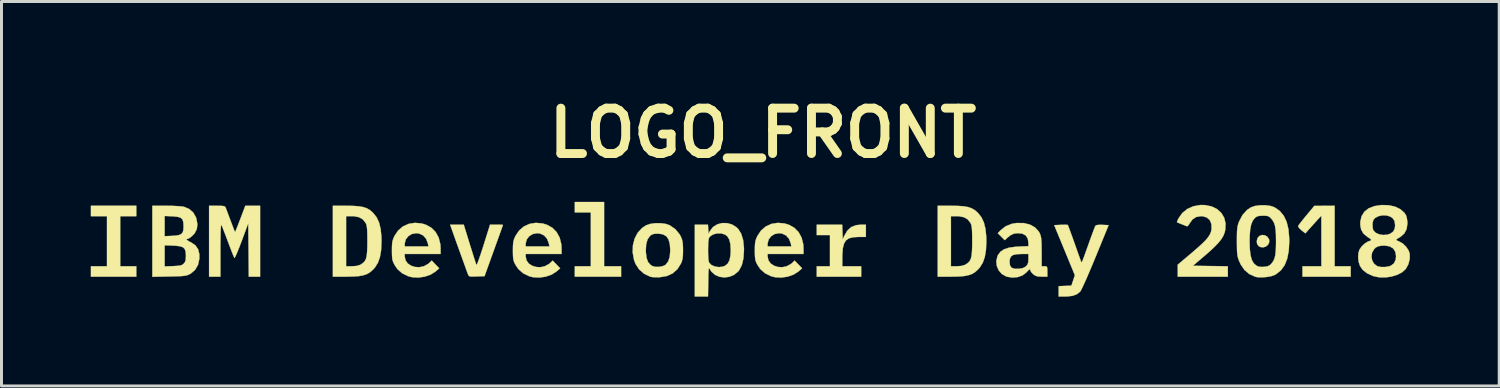
<source format=kicad_pcb>
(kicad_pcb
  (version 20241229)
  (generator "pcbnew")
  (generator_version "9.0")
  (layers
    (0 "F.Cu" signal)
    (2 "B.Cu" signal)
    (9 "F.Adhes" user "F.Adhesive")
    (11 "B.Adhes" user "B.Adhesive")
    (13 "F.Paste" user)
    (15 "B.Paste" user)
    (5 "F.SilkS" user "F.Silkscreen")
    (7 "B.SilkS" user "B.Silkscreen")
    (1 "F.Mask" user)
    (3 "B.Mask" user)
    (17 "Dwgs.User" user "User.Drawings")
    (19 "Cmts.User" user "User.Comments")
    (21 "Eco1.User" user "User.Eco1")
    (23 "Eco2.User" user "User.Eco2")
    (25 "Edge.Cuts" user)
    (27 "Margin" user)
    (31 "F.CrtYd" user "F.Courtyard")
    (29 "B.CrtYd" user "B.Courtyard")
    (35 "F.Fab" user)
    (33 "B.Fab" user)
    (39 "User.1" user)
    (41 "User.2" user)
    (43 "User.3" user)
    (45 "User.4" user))
  (footprint "LOGO_FRONT"
    (layer "F.Cu")
    (at 22.579 5.228)
    (property "Reference" "LOGO_FRONT" (at 0 -3.81 0) (layer "F.SilkS") (effects (font (size 1.524 1.524) (thickness 0.3))))
    (attr through_hole)
    (fp_poly (pts (xy -5.334 0.667) (xy -4.763 0.667) (xy -4.763 1.016) (xy -6.318 1.016) (xy -6.318 0.667) (xy -5.779 0.667) (xy -5.779 -1.143) (xy -6.318 -1.143) (xy -6.318 -1.492) (xy -5.334 -1.492) (xy -5.334 0.667)) (stroke (width 0.01) (type solid)) (fill yes) (layer "F.SilkS"))
    (fp_poly (pts (xy -21.05 -1.016) (xy -21.59 -1.016) (xy -21.59 0.667) (xy -21.05 0.667) (xy -21.05 1.016) (xy -22.574 1.016) (xy -22.574 0.667) (xy -22.035 0.667) (xy -22.035 -1.016) (xy -22.574 -1.016) (xy -22.574 -1.365) (xy -21.05 -1.365) (xy -21.05 -1.016)) (stroke (width 0.01) (type solid)) (fill yes) (layer "F.SilkS"))
    (fp_poly (pts (xy 16.877 -0.37) (xy 16.954 -0.318) (xy 17.009 -0.229) (xy 17.011 -0.14) (xy 16.973 -0.059) (xy 16.904 0.002) (xy 16.815 0.032) (xy 16.716 0.022) (xy 16.653 -0.012) (xy 16.604 -0.086) (xy 16.593 -0.175) (xy 16.618 -0.281) (xy 16.685 -0.353) (xy 16.777 -0.385) (xy 16.877 -0.37)) (stroke (width 0.01) (type solid)) (fill yes) (layer "F.SilkS"))
    (fp_poly (pts (xy 19.209 0.667) (xy 19.748 0.667) (xy 19.748 1.016) (xy 18.129 1.016) (xy 18.129 0.667) (xy 18.764 0.667) (xy 18.763 -0.183) (xy 18.763 -1.032) (xy 18.644 -0.905) (xy 18.559 -0.811) (xy 18.456 -0.697) (xy 18.376 -0.608) (xy 18.225 -0.439) (xy 18.096 -0.541) (xy 18.024 -0.608) (xy 17.985 -0.664) (xy 17.983 -0.685) (xy 18.009 -0.725) (xy 18.067 -0.802) (xy 18.15 -0.906) (xy 18.248 -1.027) (xy 18.263 -1.044) (xy 18.526 -1.361) (xy 18.867 -1.363) (xy 19.209 -1.365) (xy 19.209 0.667)) (stroke (width 0.01) (type solid)) (fill yes) (layer "F.SilkS"))
    (fp_poly (pts (xy 2.674 -0.484) (xy 2.683 -0.238) (xy 2.74 -0.365) (xy 2.842 -0.536) (xy 2.972 -0.651) (xy 3.136 -0.714) (xy 3.301 -0.73) (xy 3.461 -0.73) (xy 3.461 -0.318) (xy 3.211 -0.318) (xy 3.03 -0.307) (xy 2.892 -0.271) (xy 2.792 -0.202) (xy 2.726 -0.094) (xy 2.687 0.059) (xy 2.67 0.265) (xy 2.669 0.357) (xy 2.667 0.667) (xy 3.302 0.667) (xy 3.302 1.016) (xy 1.81 1.016) (xy 1.81 0.667) (xy 2.254 0.667) (xy 2.254 -0.381) (xy 1.81 -0.381) (xy 1.81 -0.73) (xy 2.664 -0.73) (xy 2.674 -0.484)) (stroke (width 0.01) (type solid)) (fill yes) (layer "F.SilkS"))
    (fp_poly (pts (xy -8.841 -0.729) (xy -8.763 -0.726) (xy -8.732 -0.722) (xy -8.732 -0.722) (xy -8.742 -0.692) (xy -8.772 -0.609) (xy -8.817 -0.481) (xy -8.876 -0.317) (xy -8.946 -0.123) (xy -9.024 0.093) (xy -9.042 0.143) (xy -9.351 1) (xy -9.613 1.009) (xy -9.741 1.013) (xy -9.821 1.011) (xy -9.866 0.998) (xy -9.891 0.972) (xy -9.909 0.93) (xy -9.931 0.872) (xy -9.97 0.766) (xy -10.022 0.621) (xy -10.084 0.449) (xy -10.152 0.261) (xy -10.222 0.067) (xy -10.29 -0.122) (xy -10.352 -0.294) (xy -10.403 -0.439) (xy -10.442 -0.547) (xy -10.447 -0.564) (xy -10.506 -0.73) (xy -10.277 -0.73) (xy -10.049 -0.73) (xy -9.846 -0.071) (xy -9.785 0.124) (xy -9.73 0.3) (xy -9.683 0.448) (xy -9.647 0.556) (xy -9.626 0.617) (xy -9.623 0.626) (xy -9.608 0.608) (xy -9.578 0.538) (xy -9.535 0.422) (xy -9.483 0.269) (xy -9.423 0.087) (xy -9.385 -0.033) (xy -9.166 -0.73) (xy -8.949 -0.73) (xy -8.841 -0.729)) (stroke (width 0.01) (type solid)) (fill yes) (layer "F.SilkS"))
    (fp_poly (pts (xy 14.845 -1.389) (xy 15.07 -1.345) (xy 15.257 -1.255) (xy 15.402 -1.125) (xy 15.499 -0.962) (xy 15.545 -0.772) (xy 15.535 -0.561) (xy 15.513 -0.466) (xy 15.472 -0.359) (xy 15.406 -0.249) (xy 15.311 -0.128) (xy 15.18 0.009) (xy 15.008 0.17) (xy 14.79 0.359) (xy 14.782 0.365) (xy 14.445 0.651) (xy 15.621 0.668) (xy 15.621 1.016) (xy 13.938 1.016) (xy 13.938 0.614) (xy 14.405 0.22) (xy 14.609 0.044) (xy 14.767 -0.1) (xy 14.886 -0.22) (xy 14.97 -0.323) (xy 15.026 -0.416) (xy 15.059 -0.504) (xy 15.073 -0.583) (xy 15.069 -0.751) (xy 15.016 -0.882) (xy 14.917 -0.97) (xy 14.777 -1.013) (xy 14.716 -1.016) (xy 14.558 -0.988) (xy 14.431 -0.905) (xy 14.349 -0.79) (xy 14.303 -0.717) (xy 14.26 -0.678) (xy 14.246 -0.677) (xy 14.195 -0.696) (xy 14.111 -0.73) (xy 14.065 -0.748) (xy 13.98 -0.782) (xy 13.924 -0.806) (xy 13.912 -0.812) (xy 13.919 -0.842) (xy 13.948 -0.908) (xy 13.965 -0.944) (xy 14.09 -1.121) (xy 14.258 -1.257) (xy 14.461 -1.348) (xy 14.689 -1.39) (xy 14.845 -1.389)) (stroke (width 0.01) (type solid)) (fill yes) (layer "F.SilkS"))
    (fp_poly (pts (xy -18.205 -1.363) (xy -18.121 -1.356) (xy -18.074 -1.34) (xy -18.052 -1.313) (xy -18.05 -1.31) (xy -18.031 -1.26) (xy -17.995 -1.164) (xy -17.947 -1.035) (xy -17.891 -0.887) (xy -17.886 -0.874) (xy -17.832 -0.73) (xy -17.786 -0.609) (xy -17.752 -0.524) (xy -17.735 -0.484) (xy -17.734 -0.483) (xy -17.72 -0.508) (xy -17.688 -0.582) (xy -17.642 -0.696) (xy -17.587 -0.839) (xy -17.556 -0.919) (xy -17.388 -1.365) (xy -16.891 -1.365) (xy -16.891 1.016) (xy -17.271 1.016) (xy -17.279 0.119) (xy -17.288 -0.778) (xy -17.509 -0.183) (xy -17.577 -0.004) (xy -17.639 0.151) (xy -17.691 0.274) (xy -17.73 0.356) (xy -17.751 0.389) (xy -17.753 0.388) (xy -17.771 0.352) (xy -17.807 0.267) (xy -17.856 0.142) (xy -17.916 -0.012) (xy -17.97 -0.157) (xy -18.035 -0.33) (xy -18.095 -0.485) (xy -18.144 -0.611) (xy -18.179 -0.696) (xy -18.194 -0.728) (xy -18.202 -0.713) (xy -18.21 -0.638) (xy -18.216 -0.507) (xy -18.22 -0.325) (xy -18.223 -0.094) (xy -18.224 0.119) (xy -18.224 1.016) (xy -18.605 1.016) (xy -18.605 -1.365) (xy -18.339 -1.365) (xy -18.205 -1.363)) (stroke (width 0.01) (type solid)) (fill yes) (layer "F.SilkS"))
    (fp_poly (pts (xy -13.764 -1.361) (xy -13.572 -1.347) (xy -13.42 -1.32) (xy -13.299 -1.277) (xy -13.195 -1.215) (xy -13.099 -1.131) (xy -13.096 -1.128) (xy -12.979 -0.982) (xy -12.895 -0.805) (xy -12.842 -0.59) (xy -12.815 -0.328) (xy -12.812 -0.159) (xy -12.825 0.123) (xy -12.864 0.355) (xy -12.931 0.546) (xy -13.03 0.705) (xy -13.098 0.781) (xy -13.194 0.865) (xy -13.297 0.927) (xy -13.419 0.97) (xy -13.57 0.998) (xy -13.763 1.012) (xy -14.007 1.016) (xy -14.008 1.016) (xy -14.446 1.016) (xy -14.446 0.667) (xy -14.002 0.667) (xy -13.803 0.667) (xy -13.648 0.656) (xy -13.533 0.621) (xy -13.503 0.605) (xy -13.429 0.552) (xy -13.373 0.493) (xy -13.334 0.417) (xy -13.309 0.314) (xy -13.295 0.174) (xy -13.288 -0.012) (xy -13.287 -0.175) (xy -13.288 -0.374) (xy -13.292 -0.521) (xy -13.3 -0.626) (xy -13.312 -0.701) (xy -13.33 -0.757) (xy -13.344 -0.787) (xy -13.438 -0.907) (xy -13.567 -0.981) (xy -13.737 -1.014) (xy -13.803 -1.016) (xy -14.002 -1.016) (xy -14.002 0.667) (xy -14.446 0.667) (xy -14.446 -1.365) (xy -14.008 -1.365) (xy -13.764 -1.361)) (stroke (width 0.01) (type solid)) (fill yes) (layer "F.SilkS"))
    (fp_poly (pts (xy 6.556 -1.361) (xy 6.748 -1.347) (xy 6.9 -1.32) (xy 7.021 -1.277) (xy 7.125 -1.215) (xy 7.221 -1.131) (xy 7.224 -1.128) (xy 7.341 -0.982) (xy 7.425 -0.805) (xy 7.478 -0.59) (xy 7.505 -0.328) (xy 7.508 -0.159) (xy 7.495 0.123) (xy 7.456 0.355) (xy 7.389 0.546) (xy 7.29 0.705) (xy 7.222 0.781) (xy 7.126 0.865) (xy 7.023 0.927) (xy 6.901 0.97) (xy 6.75 0.998) (xy 6.557 1.012) (xy 6.313 1.016) (xy 6.312 1.016) (xy 5.874 1.016) (xy 5.874 0.667) (xy 6.318 0.667) (xy 6.517 0.667) (xy 6.672 0.656) (xy 6.787 0.621) (xy 6.817 0.605) (xy 6.891 0.552) (xy 6.947 0.493) (xy 6.986 0.417) (xy 7.011 0.314) (xy 7.025 0.174) (xy 7.032 -0.012) (xy 7.033 -0.175) (xy 7.032 -0.374) (xy 7.028 -0.521) (xy 7.02 -0.626) (xy 7.008 -0.701) (xy 6.99 -0.757) (xy 6.976 -0.787) (xy 6.882 -0.907) (xy 6.753 -0.981) (xy 6.583 -1.014) (xy 6.517 -1.016) (xy 6.318 -1.016) (xy 6.318 0.667) (xy 5.874 0.667) (xy 5.874 -1.365) (xy 6.312 -1.365) (xy 6.556 -1.361)) (stroke (width 0.01) (type solid)) (fill yes) (layer "F.SilkS"))
    (fp_poly (pts (xy 10.205 -0.726) (xy 10.243 -0.721) (xy 10.244 -0.721) (xy 10.258 -0.688) (xy 10.29 -0.605) (xy 10.335 -0.481) (xy 10.392 -0.325) (xy 10.456 -0.146) (xy 10.464 -0.124) (xy 10.529 0.06) (xy 10.587 0.225) (xy 10.636 0.361) (xy 10.671 0.458) (xy 10.688 0.506) (xy 10.689 0.508) (xy 10.696 0.526) (xy 10.705 0.532) (xy 10.718 0.52) (xy 10.737 0.481) (xy 10.765 0.411) (xy 10.806 0.302) (xy 10.861 0.148) (xy 10.935 -0.057) (xy 10.954 -0.111) (xy 11.017 -0.287) (xy 11.075 -0.444) (xy 11.122 -0.571) (xy 11.156 -0.657) (xy 11.172 -0.692) (xy 11.215 -0.716) (xy 11.309 -0.726) (xy 11.407 -0.724) (xy 11.616 -0.714) (xy 11.175 0.362) (xy 11.072 0.611) (xy 10.973 0.844) (xy 10.883 1.054) (xy 10.803 1.233) (xy 10.737 1.375) (xy 10.689 1.472) (xy 10.662 1.517) (xy 10.551 1.606) (xy 10.409 1.659) (xy 10.225 1.682) (xy 10.161 1.683) (xy 9.938 1.683) (xy 9.938 1.336) (xy 10.152 1.327) (xy 10.366 1.318) (xy 10.482 0.968) (xy 10.135 0.127) (xy 9.788 -0.714) (xy 10.01 -0.724) (xy 10.121 -0.727) (xy 10.205 -0.726)) (stroke (width 0.01) (type solid)) (fill yes) (layer "F.SilkS"))
    (fp_poly (pts (xy -11.465 -0.771) (xy -11.321 -0.728) (xy -11.137 -0.627) (xy -10.992 -0.48) (xy -10.89 -0.292) (xy -10.835 -0.07) (xy -10.827 0.069) (xy -10.827 0.254) (xy -12.033 0.254) (xy -12.033 0.335) (xy -12.006 0.467) (xy -11.931 0.573) (xy -11.82 0.648) (xy -11.685 0.691) (xy -11.538 0.699) (xy -11.39 0.667) (xy -11.253 0.593) (xy -11.206 0.554) (xy -11.125 0.476) (xy -11 0.606) (xy -10.874 0.736) (xy -10.999 0.845) (xy -11.16 0.947) (xy -11.357 1.016) (xy -11.57 1.047) (xy -11.78 1.036) (xy -11.916 1.002) (xy -12.12 0.902) (xy -12.277 0.763) (xy -12.367 0.632) (xy -12.411 0.547) (xy -12.439 0.473) (xy -12.454 0.39) (xy -12.46 0.281) (xy -12.462 0.143) (xy -12.46 -0.011) (xy -12.455 -0.081) (xy -12.033 -0.081) (xy -12.033 0) (xy -11.234 0) (xy -11.255 -0.103) (xy -11.314 -0.257) (xy -11.414 -0.369) (xy -11.548 -0.432) (xy -11.646 -0.444) (xy -11.792 -0.417) (xy -11.913 -0.343) (xy -11.997 -0.233) (xy -12.033 -0.098) (xy -12.033 -0.081) (xy -12.455 -0.081) (xy -12.452 -0.122) (xy -12.434 -0.209) (xy -12.403 -0.292) (xy -12.374 -0.354) (xy -12.252 -0.535) (xy -12.092 -0.671) (xy -11.902 -0.757) (xy -11.69 -0.791) (xy -11.465 -0.771)) (stroke (width 0.01) (type solid)) (fill yes) (layer "F.SilkS"))
    (fp_poly (pts (xy -7.401 -0.771) (xy -7.257 -0.728) (xy -7.073 -0.627) (xy -6.928 -0.48) (xy -6.826 -0.292) (xy -6.771 -0.07) (xy -6.763 0.069) (xy -6.763 0.254) (xy -7.969 0.254) (xy -7.969 0.335) (xy -7.942 0.467) (xy -7.867 0.573) (xy -7.756 0.648) (xy -7.621 0.691) (xy -7.474 0.699) (xy -7.326 0.667) (xy -7.189 0.593) (xy -7.142 0.554) (xy -7.061 0.476) (xy -6.936 0.606) (xy -6.81 0.736) (xy -6.935 0.845) (xy -7.096 0.947) (xy -7.293 1.016) (xy -7.506 1.047) (xy -7.716 1.036) (xy -7.852 1.002) (xy -8.056 0.902) (xy -8.213 0.763) (xy -8.303 0.632) (xy -8.347 0.547) (xy -8.375 0.473) (xy -8.39 0.39) (xy -8.396 0.281) (xy -8.398 0.143) (xy -8.396 -0.011) (xy -8.391 -0.081) (xy -7.969 -0.081) (xy -7.969 0) (xy -7.17 0) (xy -7.191 -0.103) (xy -7.25 -0.257) (xy -7.35 -0.369) (xy -7.484 -0.432) (xy -7.582 -0.444) (xy -7.728 -0.417) (xy -7.849 -0.343) (xy -7.933 -0.233) (xy -7.969 -0.098) (xy -7.969 -0.081) (xy -8.391 -0.081) (xy -8.388 -0.122) (xy -8.37 -0.209) (xy -8.339 -0.292) (xy -8.31 -0.354) (xy -8.188 -0.535) (xy -8.028 -0.671) (xy -7.838 -0.757) (xy -7.626 -0.791) (xy -7.401 -0.771)) (stroke (width 0.01) (type solid)) (fill yes) (layer "F.SilkS"))
    (fp_poly (pts (xy 0.727 -0.771) (xy 0.871 -0.728) (xy 1.055 -0.627) (xy 1.2 -0.48) (xy 1.302 -0.292) (xy 1.357 -0.07) (xy 1.365 0.069) (xy 1.365 0.254) (xy 0.159 0.254) (xy 0.159 0.335) (xy 0.186 0.467) (xy 0.261 0.573) (xy 0.372 0.648) (xy 0.507 0.691) (xy 0.654 0.699) (xy 0.802 0.667) (xy 0.939 0.593) (xy 0.986 0.554) (xy 1.067 0.476) (xy 1.192 0.606) (xy 1.318 0.736) (xy 1.193 0.845) (xy 1.032 0.947) (xy 0.835 1.016) (xy 0.622 1.047) (xy 0.412 1.036) (xy 0.276 1.002) (xy 0.072 0.902) (xy -0.085 0.763) (xy -0.175 0.632) (xy -0.219 0.547) (xy -0.247 0.473) (xy -0.262 0.39) (xy -0.268 0.281) (xy -0.27 0.143) (xy -0.268 -0.011) (xy -0.263 -0.081) (xy 0.159 -0.081) (xy 0.159 0) (xy 0.958 0) (xy 0.937 -0.103) (xy 0.878 -0.257) (xy 0.778 -0.369) (xy 0.644 -0.432) (xy 0.546 -0.444) (xy 0.4 -0.417) (xy 0.279 -0.343) (xy 0.195 -0.233) (xy 0.159 -0.098) (xy 0.159 -0.081) (xy -0.263 -0.081) (xy -0.26 -0.122) (xy -0.242 -0.209) (xy -0.211 -0.292) (xy -0.182 -0.354) (xy -0.06 -0.535) (xy 0.1 -0.671) (xy 0.29 -0.757) (xy 0.502 -0.791) (xy 0.727 -0.771)) (stroke (width 0.01) (type solid)) (fill yes) (layer "F.SilkS"))
    (fp_poly (pts (xy -3.261 -0.756) (xy -3.127 -0.709) (xy -2.936 -0.575) (xy -2.794 -0.401) (xy -2.75 -0.318) (xy -2.715 -0.228) (xy -2.695 -0.13) (xy -2.685 -0.002) (xy -2.683 0.127) (xy -2.686 0.29) (xy -2.698 0.409) (xy -2.722 0.504) (xy -2.75 0.572) (xy -2.87 0.764) (xy -3.029 0.905) (xy -3.226 0.995) (xy -3.462 1.035) (xy -3.477 1.036) (xy -3.601 1.037) (xy -3.711 1.031) (xy -3.778 1.02) (xy -3.989 0.92) (xy -4.157 0.774) (xy -4.279 0.587) (xy -4.33 0.449) (xy -4.374 0.199) (xy -4.372 0.145) (xy -3.933 0.145) (xy -3.929 0.216) (xy -3.905 0.395) (xy -3.857 0.525) (xy -3.777 0.618) (xy -3.712 0.66) (xy -3.613 0.687) (xy -3.489 0.688) (xy -3.366 0.665) (xy -3.273 0.622) (xy -3.266 0.616) (xy -3.181 0.506) (xy -3.13 0.355) (xy -3.112 0.155) (xy -3.111 0.127) (xy -3.126 -0.082) (xy -3.17 -0.238) (xy -3.248 -0.345) (xy -3.362 -0.407) (xy -3.515 -0.429) (xy -3.525 -0.429) (xy -3.642 -0.423) (xy -3.72 -0.403) (xy -3.782 -0.36) (xy -3.792 -0.351) (xy -3.875 -0.234) (xy -3.921 -0.069) (xy -3.933 0.145) (xy -4.372 0.145) (xy -4.365 -0.042) (xy -4.307 -0.264) (xy -4.204 -0.46) (xy -4.057 -0.619) (xy -3.926 -0.707) (xy -3.788 -0.755) (xy -3.616 -0.779) (xy -3.432 -0.779) (xy -3.261 -0.756)) (stroke (width 0.01) (type solid)) (fill yes) (layer "F.SilkS"))
    (fp_poly (pts (xy -1.2 -0.782) (xy -1.035 -0.736) (xy -0.888 -0.644) (xy -0.828 -0.586) (xy -0.728 -0.426) (xy -0.664 -0.217) (xy -0.636 0.043) (xy -0.635 0.127) (xy -0.653 0.402) (xy -0.706 0.626) (xy -0.796 0.799) (xy -0.828 0.84) (xy -0.964 0.953) (xy -1.123 1.02) (xy -1.291 1.043) (xy -1.457 1.021) (xy -1.607 0.956) (xy -1.728 0.848) (xy -1.771 0.783) (xy -1.791 0.747) (xy -1.806 0.732) (xy -1.817 0.745) (xy -1.823 0.794) (xy -1.828 0.886) (xy -1.832 1.028) (xy -1.834 1.183) (xy -1.843 1.683) (xy -2.286 1.683) (xy -2.286 0.166) (xy -1.841 0.166) (xy -1.837 0.31) (xy -1.829 0.434) (xy -1.817 0.519) (xy -1.809 0.541) (xy -1.733 0.622) (xy -1.617 0.675) (xy -1.481 0.696) (xy -1.345 0.68) (xy -1.273 0.652) (xy -1.182 0.58) (xy -1.122 0.467) (xy -1.088 0.307) (xy -1.079 0.127) (xy -1.091 -0.078) (xy -1.128 -0.231) (xy -1.193 -0.338) (xy -1.273 -0.398) (xy -1.4 -0.437) (xy -1.538 -0.438) (xy -1.668 -0.403) (xy -1.769 -0.339) (xy -1.809 -0.288) (xy -1.824 -0.227) (xy -1.834 -0.12) (xy -1.839 0.017) (xy -1.841 0.166) (xy -2.286 0.166) (xy -2.286 -0.73) (xy -2.065 -0.73) (xy -1.845 -0.73) (xy -1.835 -0.579) (xy -1.826 -0.429) (xy -1.771 -0.529) (xy -1.668 -0.657) (xy -1.529 -0.742) (xy -1.369 -0.784) (xy -1.2 -0.782)) (stroke (width 0.01) (type solid)) (fill yes) (layer "F.SilkS"))
    (fp_poly (pts (xy -19.87 -1.363) (xy -19.704 -1.356) (xy -19.564 -1.347) (xy -19.466 -1.334) (xy -19.449 -1.331) (xy -19.272 -1.257) (xy -19.135 -1.136) (xy -19.045 -0.976) (xy -19.034 -0.943) (xy -18.998 -0.749) (xy -19.016 -0.584) (xy -19.089 -0.441) (xy -19.151 -0.373) (xy -19.229 -0.306) (xy -19.294 -0.263) (xy -19.321 -0.254) (xy -19.364 -0.244) (xy -19.35 -0.215) (xy -19.281 -0.17) (xy -19.21 -0.134) (xy -19.066 -0.037) (xy -18.973 0.096) (xy -18.931 0.265) (xy -18.932 0.418) (xy -18.977 0.62) (xy -19.072 0.785) (xy -19.214 0.908) (xy -19.248 0.928) (xy -19.303 0.954) (xy -19.359 0.974) (xy -19.429 0.987) (xy -19.524 0.997) (xy -19.654 1.003) (xy -19.832 1.008) (xy -19.947 1.01) (xy -20.511 1.021) (xy -20.511 0.673) (xy -20.098 0.673) (xy -19.813 0.662) (xy -19.671 0.654) (xy -19.577 0.643) (xy -19.515 0.623) (xy -19.469 0.591) (xy -19.456 0.579) (xy -19.413 0.522) (xy -19.391 0.451) (xy -19.384 0.342) (xy -19.383 0.318) (xy -19.391 0.184) (xy -19.421 0.091) (xy -19.481 0.03) (xy -19.583 -0.005) (xy -19.734 -0.023) (xy -19.813 -0.027) (xy -20.098 -0.038) (xy -20.098 0.673) (xy -20.511 0.673) (xy -20.511 -0.343) (xy -20.098 -0.343) (xy -19.847 -0.354) (xy -19.703 -0.365) (xy -19.607 -0.384) (xy -19.544 -0.414) (xy -19.529 -0.426) (xy -19.49 -0.474) (xy -19.47 -0.542) (xy -19.463 -0.648) (xy -19.463 -0.683) (xy -19.47 -0.815) (xy -19.499 -0.905) (xy -19.558 -0.962) (xy -19.66 -0.994) (xy -19.812 -1.01) (xy -19.847 -1.011) (xy -20.098 -1.023) (xy -20.098 -0.343) (xy -20.511 -0.343) (xy -20.511 -1.365) (xy -20.048 -1.365) (xy -19.87 -1.363)) (stroke (width 0.01) (type solid)) (fill yes) (layer "F.SilkS"))
    (fp_poly (pts (xy 17.057 -1.359) (xy 17.192 -1.312) (xy 17.193 -1.312) (xy 17.365 -1.191) (xy 17.499 -1.03) (xy 17.596 -0.827) (xy 17.657 -0.578) (xy 17.683 -0.278) (xy 17.685 -0.175) (xy 17.668 0.143) (xy 17.617 0.409) (xy 17.531 0.627) (xy 17.408 0.799) (xy 17.247 0.93) (xy 17.193 0.96) (xy 17.081 1) (xy 16.933 1.027) (xy 16.775 1.04) (xy 16.631 1.037) (xy 16.542 1.02) (xy 16.339 0.927) (xy 16.178 0.79) (xy 16.052 0.604) (xy 15.999 0.487) (xy 15.969 0.407) (xy 15.949 0.329) (xy 15.936 0.241) (xy 15.929 0.127) (xy 15.926 -0.027) (xy 15.925 -0.175) (xy 16.351 -0.175) (xy 16.359 0.09) (xy 16.384 0.298) (xy 16.427 0.454) (xy 16.489 0.563) (xy 16.517 0.593) (xy 16.593 0.653) (xy 16.668 0.683) (xy 16.765 0.69) (xy 16.841 0.686) (xy 16.952 0.67) (xy 17.029 0.632) (xy 17.086 0.577) (xy 17.144 0.499) (xy 17.187 0.409) (xy 17.215 0.295) (xy 17.232 0.147) (xy 17.239 -0.048) (xy 17.24 -0.175) (xy 17.237 -0.398) (xy 17.225 -0.569) (xy 17.204 -0.699) (xy 17.169 -0.801) (xy 17.119 -0.885) (xy 17.082 -0.93) (xy 17.025 -0.988) (xy 16.969 -1.018) (xy 16.891 -1.03) (xy 16.801 -1.032) (xy 16.683 -1.027) (xy 16.605 -1.008) (xy 16.544 -0.969) (xy 16.528 -0.954) (xy 16.456 -0.861) (xy 16.404 -0.732) (xy 16.371 -0.559) (xy 16.354 -0.335) (xy 16.351 -0.175) (xy 15.925 -0.175) (xy 15.926 -0.366) (xy 15.93 -0.508) (xy 15.939 -0.614) (xy 15.954 -0.699) (xy 15.976 -0.776) (xy 15.999 -0.836) (xy 16.114 -1.055) (xy 16.265 -1.223) (xy 16.396 -1.311) (xy 16.532 -1.359) (xy 16.703 -1.382) (xy 16.886 -1.383) (xy 17.057 -1.359)) (stroke (width 0.01) (type solid)) (fill yes) (layer "F.SilkS"))
    (fp_poly (pts (xy 8.767 -0.783) (xy 8.972 -0.733) (xy 9.14 -0.64) (xy 9.264 -0.507) (xy 9.306 -0.432) (xy 9.329 -0.37) (xy 9.346 -0.297) (xy 9.357 -0.201) (xy 9.363 -0.07) (xy 9.365 0.108) (xy 9.366 0.183) (xy 9.366 0.667) (xy 9.461 0.667) (xy 9.516 0.67) (xy 9.544 0.689) (xy 9.555 0.74) (xy 9.557 0.839) (xy 9.557 0.841) (xy 9.557 1.016) (xy 9.369 1.016) (xy 9.25 1.011) (xy 9.168 0.99) (xy 9.098 0.946) (xy 9.083 0.934) (xy 9.021 0.871) (xy 8.987 0.817) (xy 8.985 0.807) (xy 8.978 0.769) (xy 8.952 0.773) (xy 8.9 0.822) (xy 8.855 0.872) (xy 8.729 0.971) (xy 8.567 1.03) (xy 8.387 1.048) (xy 8.205 1.019) (xy 8.176 1.009) (xy 8.03 0.928) (xy 7.923 0.805) (xy 7.859 0.656) (xy 7.847 0.53) (xy 8.287 0.53) (xy 8.304 0.645) (xy 8.359 0.718) (xy 8.458 0.752) (xy 8.597 0.754) (xy 8.732 0.73) (xy 8.826 0.681) (xy 8.843 0.667) (xy 8.892 0.608) (xy 8.915 0.536) (xy 8.922 0.427) (xy 8.922 0.423) (xy 8.922 0.254) (xy 8.697 0.254) (xy 8.526 0.262) (xy 8.408 0.288) (xy 8.334 0.34) (xy 8.297 0.422) (xy 8.287 0.53) (xy 7.847 0.53) (xy 7.843 0.493) (xy 7.881 0.329) (xy 7.902 0.285) (xy 7.984 0.177) (xy 8.103 0.098) (xy 8.266 0.044) (xy 8.48 0.013) (xy 8.59 0.006) (xy 8.922 -0.008) (xy 8.922 -0.114) (xy 8.9 -0.262) (xy 8.834 -0.365) (xy 8.722 -0.426) (xy 8.569 -0.445) (xy 8.438 -0.43) (xy 8.326 -0.38) (xy 8.215 -0.291) (xy 8.127 -0.209) (xy 7.892 -0.443) (xy 7.986 -0.542) (xy 8.157 -0.677) (xy 8.365 -0.759) (xy 8.53 -0.786) (xy 8.767 -0.783)) (stroke (width 0.01) (type solid)) (fill yes) (layer "F.SilkS"))
    (fp_poly (pts (xy 21.02 -1.384) (xy 21.235 -1.337) (xy 21.414 -1.252) (xy 21.55 -1.132) (xy 21.607 -1.046) (xy 21.633 -0.963) (xy 21.65 -0.848) (xy 21.654 -0.771) (xy 21.628 -0.585) (xy 21.551 -0.436) (xy 21.422 -0.321) (xy 21.387 -0.301) (xy 21.316 -0.259) (xy 21.276 -0.227) (xy 21.273 -0.221) (xy 21.299 -0.2) (xy 21.365 -0.17) (xy 21.381 -0.164) (xy 21.503 -0.093) (xy 21.615 0.017) (xy 21.698 0.146) (xy 21.732 0.247) (xy 21.733 0.418) (xy 21.687 0.596) (xy 21.602 0.754) (xy 21.598 0.758) (xy 21.48 0.867) (xy 21.317 0.953) (xy 21.123 1.013) (xy 20.915 1.042) (xy 20.706 1.039) (xy 20.514 0.999) (xy 20.494 0.992) (xy 20.297 0.902) (xy 20.153 0.789) (xy 20.063 0.661) (xy 20.016 0.521) (xy 19.999 0.36) (xy 20 0.343) (xy 20.447 0.343) (xy 20.471 0.474) (xy 20.537 0.586) (xy 20.641 0.664) (xy 20.65 0.667) (xy 20.767 0.692) (xy 20.909 0.692) (xy 21.043 0.669) (xy 21.097 0.649) (xy 21.202 0.569) (xy 21.26 0.448) (xy 21.273 0.33) (xy 21.248 0.179) (xy 21.175 0.068) (xy 21.056 -0.002) (xy 20.892 -0.028) (xy 20.786 -0.024) (xy 20.673 -0.004) (xy 20.594 0.036) (xy 20.536 0.092) (xy 20.467 0.21) (xy 20.447 0.343) (xy 20 0.343) (xy 20.012 0.206) (xy 20.047 0.102) (xy 20.12 -0.001) (xy 20.221 -0.096) (xy 20.327 -0.163) (xy 20.37 -0.178) (xy 20.427 -0.198) (xy 20.438 -0.224) (xy 20.398 -0.263) (xy 20.309 -0.321) (xy 20.178 -0.429) (xy 20.099 -0.566) (xy 20.08 -0.68) (xy 20.481 -0.68) (xy 20.497 -0.573) (xy 20.511 -0.538) (xy 20.586 -0.459) (xy 20.702 -0.406) (xy 20.839 -0.383) (xy 20.979 -0.393) (xy 21.083 -0.429) (xy 21.18 -0.502) (xy 21.23 -0.603) (xy 21.241 -0.714) (xy 21.223 -0.849) (xy 21.164 -0.943) (xy 21.083 -1) (xy 20.955 -1.04) (xy 20.814 -1.044) (xy 20.679 -1.015) (xy 20.57 -0.957) (xy 20.511 -0.891) (xy 20.485 -0.798) (xy 20.481 -0.68) (xy 20.08 -0.68) (xy 20.07 -0.738) (xy 20.072 -0.827) (xy 20.113 -1.013) (xy 20.207 -1.164) (xy 20.35 -1.278) (xy 20.542 -1.353) (xy 20.78 -1.39) (xy 21.02 -1.384)) (stroke (width 0.01) (type solid)) (fill yes) (layer "F.SilkS")))
  (gr_rect
    (start -3 -3)
    (end 47.317 9.916)
    (stroke (width 0.1) (type default))
    (fill no)
    (layer "Edge.Cuts")))
</source>
